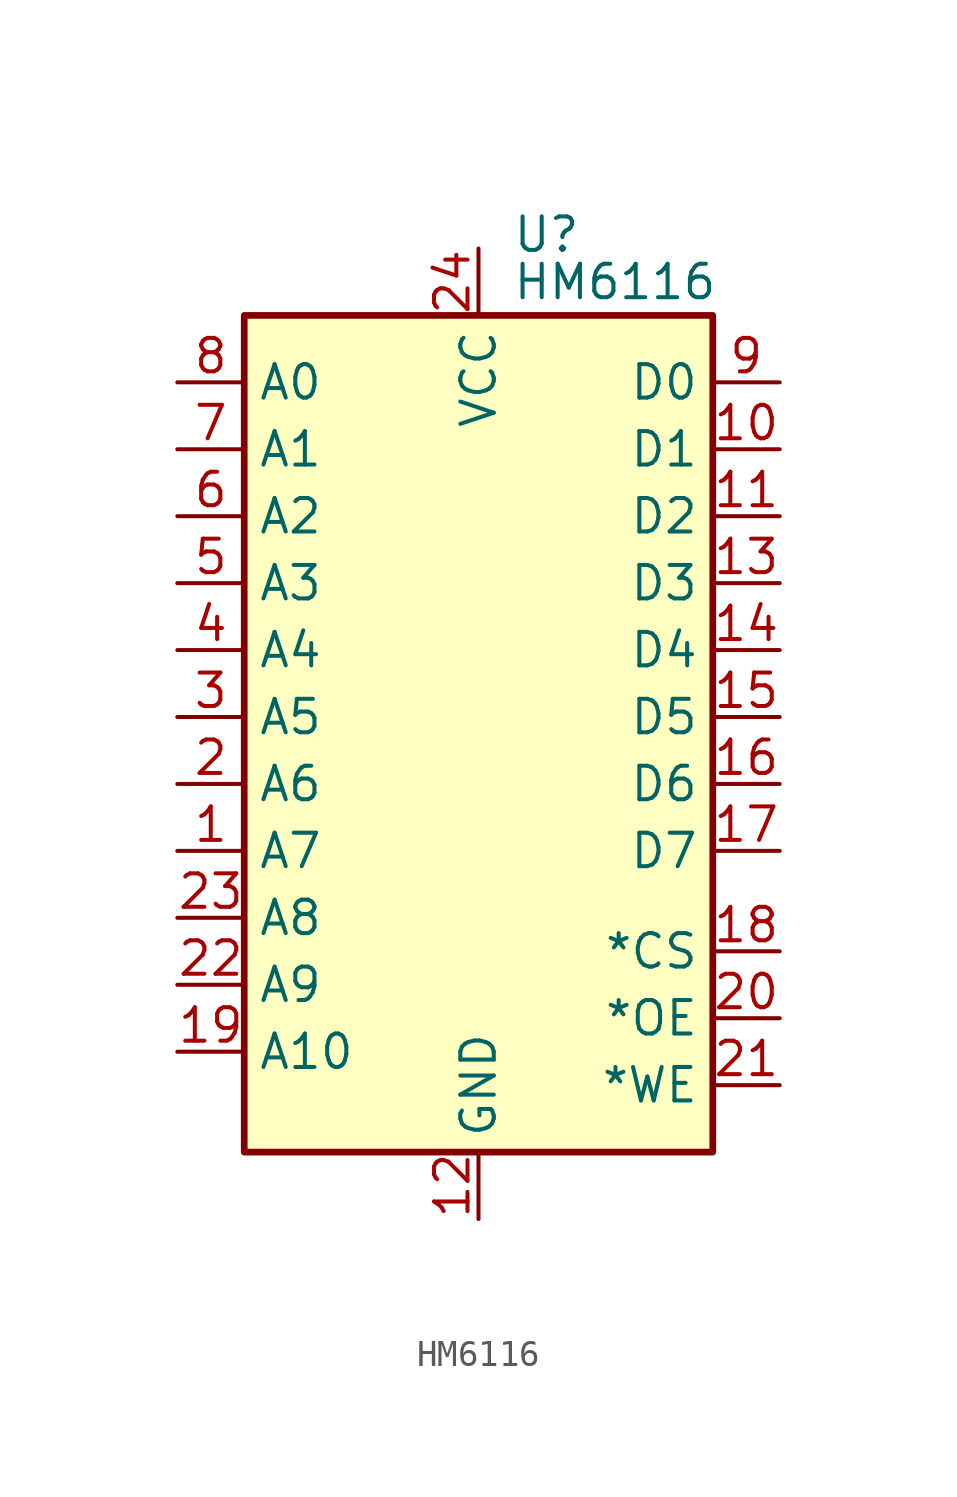
<source format=kicad_sym>
(kicad_symbol_lib
  (version 20220914)
  (generator kicad_symbol_editor)
  (symbol "HM6116"
    (property "Reference" "U"
      (at 1.27 3.81 0)
      (effects (font (size 1.27 1.27)) (justify left top)))
    (property "Value" "HM6116"
      (at 1.27 1.27 0)
      (effects (font (size 1.27 1.27)) (justify left)))
    (symbol "HM6116_1_1"
      (rectangle (start -8.89 0) (end 8.89 -31.75) (stroke (width 0.254) (type default)) (fill (type background)))
      (pin input line (at -11.43 -20.32 0) (length 2.54) (name "A7" (effects (font (size 1.27 1.27)))) (number "1" (effects (font (size 1.27 1.27)))))
      (pin bidirectional line (at 11.43 -5.08 180) (length 2.54) (name "D1" (effects (font (size 1.27 1.27)))) (number "10" (effects (font (size 1.27 1.27)))))
      (pin bidirectional line (at 11.43 -7.62 180) (length 2.54) (name "D2" (effects (font (size 1.27 1.27)))) (number "11" (effects (font (size 1.27 1.27)))))
      (pin power_in line (at 0 -34.29 90) (length 2.54) (name "GND" (effects (font (size 1.27 1.27)))) (number "12" (effects (font (size 1.27 1.27)))))
      (pin bidirectional line (at 11.43 -10.16 180) (length 2.54) (name "D3" (effects (font (size 1.27 1.27)))) (number "13" (effects (font (size 1.27 1.27)))))
      (pin bidirectional line (at 11.43 -12.7 180) (length 2.54) (name "D4" (effects (font (size 1.27 1.27)))) (number "14" (effects (font (size 1.27 1.27)))))
      (pin bidirectional line (at 11.43 -15.24 180) (length 2.54) (name "D5" (effects (font (size 1.27 1.27)))) (number "15" (effects (font (size 1.27 1.27)))))
      (pin bidirectional line (at 11.43 -17.78 180) (length 2.54) (name "D6" (effects (font (size 1.27 1.27)))) (number "16" (effects (font (size 1.27 1.27)))))
      (pin bidirectional line (at 11.43 -20.32 180) (length 2.54) (name "D7" (effects (font (size 1.27 1.27)))) (number "17" (effects (font (size 1.27 1.27)))))
      (pin input line (at 11.43 -24.13 180) (length 2.54) (name "*CS" (effects (font (size 1.27 1.27)))) (number "18" (effects (font (size 1.27 1.27)))))
      (pin input line (at -11.43 -27.94 0) (length 2.54) (name "A10" (effects (font (size 1.27 1.27)))) (number "19" (effects (font (size 1.27 1.27)))))
      (pin input line (at -11.43 -17.78 0) (length 2.54) (name "A6" (effects (font (size 1.27 1.27)))) (number "2" (effects (font (size 1.27 1.27)))))
      (pin input line (at 11.43 -26.67 180) (length 2.54) (name "*OE" (effects (font (size 1.27 1.27)))) (number "20" (effects (font (size 1.27 1.27)))))
      (pin input line (at 11.43 -29.21 180) (length 2.54) (name "*WE" (effects (font (size 1.27 1.27)))) (number "21" (effects (font (size 1.27 1.27)))))
      (pin input line (at -11.43 -25.4 0) (length 2.54) (name "A9" (effects (font (size 1.27 1.27)))) (number "22" (effects (font (size 1.27 1.27)))))
      (pin input line (at -11.43 -22.86 0) (length 2.54) (name "A8" (effects (font (size 1.27 1.27)))) (number "23" (effects (font (size 1.27 1.27)))))
      (pin power_in line (at 0 2.54 270) (length 2.54) (name "VCC" (effects (font (size 1.27 1.27)))) (number "24" (effects (font (size 1.27 1.27)))))
      (pin input line (at -11.43 -15.24 0) (length 2.54) (name "A5" (effects (font (size 1.27 1.27)))) (number "3" (effects (font (size 1.27 1.27)))))
      (pin input line (at -11.43 -12.7 0) (length 2.54) (name "A4" (effects (font (size 1.27 1.27)))) (number "4" (effects (font (size 1.27 1.27)))))
      (pin input line (at -11.43 -10.16 0) (length 2.54) (name "A3" (effects (font (size 1.27 1.27)))) (number "5" (effects (font (size 1.27 1.27)))))
      (pin input line (at -11.43 -7.62 0) (length 2.54) (name "A2" (effects (font (size 1.27 1.27)))) (number "6" (effects (font (size 1.27 1.27)))))
      (pin input line (at -11.43 -5.08 0) (length 2.54) (name "A1" (effects (font (size 1.27 1.27)))) (number "7" (effects (font (size 1.27 1.27)))))
      (pin input line (at -11.43 -2.54 0) (length 2.54) (name "A0" (effects (font (size 1.27 1.27)))) (number "8" (effects (font (size 1.27 1.27)))))
      (pin bidirectional line (at 11.43 -2.54 180) (length 2.54) (name "D0" (effects (font (size 1.27 1.27)))) (number "9" (effects (font (size 1.27 1.27))))))))
</source>
